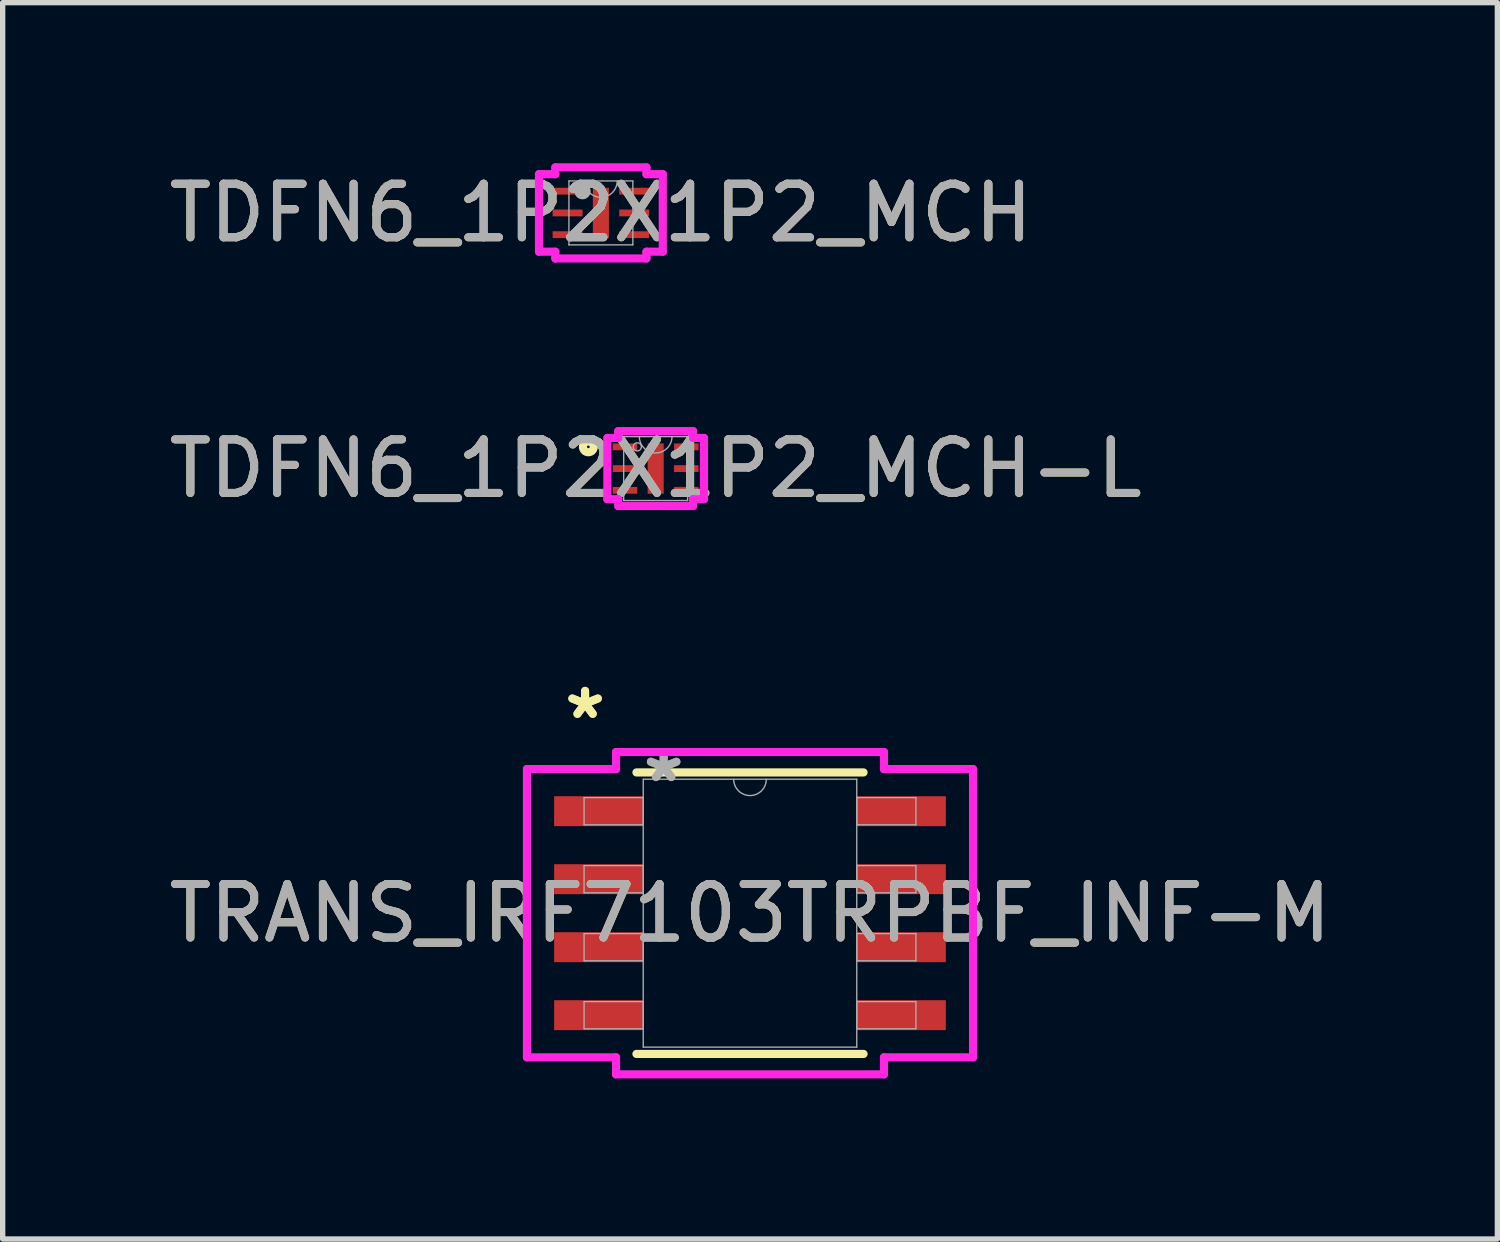
<source format=kicad_pcb>
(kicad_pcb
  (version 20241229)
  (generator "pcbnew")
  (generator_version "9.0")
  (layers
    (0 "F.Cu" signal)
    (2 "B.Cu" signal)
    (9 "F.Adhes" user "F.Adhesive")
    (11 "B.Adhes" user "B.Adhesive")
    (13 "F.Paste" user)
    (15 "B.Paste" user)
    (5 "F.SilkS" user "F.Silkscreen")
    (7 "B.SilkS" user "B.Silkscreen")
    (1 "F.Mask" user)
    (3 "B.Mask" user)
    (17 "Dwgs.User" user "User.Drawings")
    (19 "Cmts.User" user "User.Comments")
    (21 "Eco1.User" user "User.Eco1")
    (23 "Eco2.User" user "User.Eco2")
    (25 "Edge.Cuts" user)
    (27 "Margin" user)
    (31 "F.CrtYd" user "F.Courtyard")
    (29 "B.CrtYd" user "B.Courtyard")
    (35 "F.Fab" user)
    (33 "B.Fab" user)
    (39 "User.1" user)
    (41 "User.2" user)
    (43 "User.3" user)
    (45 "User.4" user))
  (footprint "TDFN6_1P2X1P2_MCH-L"
    (layer "F.Cu")
    (at 9.196 5.702)
    (property "Reference" "TDFN6_1P2X1P2_MCH-L" (at 0 0 0) (unlocked yes) (layer "F.SilkS") (effects (font (size 1 1) (thickness 0.15))))
    (attr smd)
    (fp_circle (center -1.257 -0.406) (end -1.156 -0.406) (stroke (width 0.152) (type solid)) (fill no) (layer "F.SilkS"))
    (fp_line (start -0.902 -0.572) (end -0.699 -0.572) (stroke (width 0.152) (type solid)) (layer "F.CrtYd"))
    (fp_line (start -0.902 0.572) (end -0.902 -0.572) (stroke (width 0.152) (type solid)) (layer "F.CrtYd"))
    (fp_line (start -0.902 0.572) (end -0.699 0.572) (stroke (width 0.152) (type solid)) (layer "F.CrtYd"))
    (fp_line (start -0.699 -0.699) (end 0.699 -0.699) (stroke (width 0.152) (type solid)) (layer "F.CrtYd"))
    (fp_line (start -0.699 -0.572) (end -0.699 -0.699) (stroke (width 0.152) (type solid)) (layer "F.CrtYd"))
    (fp_line (start -0.699 0.699) (end -0.699 0.572) (stroke (width 0.152) (type solid)) (layer "F.CrtYd"))
    (fp_line (start 0.699 -0.699) (end 0.699 -0.572) (stroke (width 0.152) (type solid)) (layer "F.CrtYd"))
    (fp_line (start 0.699 0.572) (end 0.699 0.699) (stroke (width 0.152) (type solid)) (layer "F.CrtYd"))
    (fp_line (start 0.699 0.699) (end -0.699 0.699) (stroke (width 0.152) (type solid)) (layer "F.CrtYd"))
    (fp_line (start 0.902 -0.572) (end 0.699 -0.572) (stroke (width 0.152) (type solid)) (layer "F.CrtYd"))
    (fp_line (start 0.902 -0.572) (end 0.902 0.572) (stroke (width 0.152) (type solid)) (layer "F.CrtYd"))
    (fp_line (start 0.902 0.572) (end 0.699 0.572) (stroke (width 0.152) (type solid)) (layer "F.CrtYd"))
    (fp_line (start -0.597 -0.597) (end -0.597 0.597) (stroke (width 0.025) (type solid)) (layer "F.Fab"))
    (fp_line (start -0.597 0.597) (end 0.597 0.597) (stroke (width 0.025) (type solid)) (layer "F.Fab"))
    (fp_line (start 0.597 -0.597) (end -0.597 -0.597) (stroke (width 0.025) (type solid)) (layer "F.Fab"))
    (fp_line (start 0.597 0.597) (end 0.597 -0.597) (stroke (width 0.025) (type solid)) (layer "F.Fab"))
    (fp_arc (start 0.3048 -0.5969) (mid 0 -0.2921) (end -0.3048 -0.5969) (stroke (width 0.0254) (type solid)) (layer "F.Fab"))
    (fp_circle (center -0.343 -0.406) (end -0.267 -0.406) (stroke (width 0.025) (type solid)) (fill no) (layer "F.Fab"))
    (fp_text user "${REFERENCE}" (at 0 0 0) (unlocked yes) (layer "F.Fab") (effects (font (size 1 1) (thickness 0.15))))
    (pad "1" smd rect (at -0.572 -0.406) (size 0.457 0.127) (layers "F.Cu" "F.Mask" "F.Paste"))
    (pad "2" smd rect (at -0.572 0) (size 0.457 0.127) (layers "F.Cu" "F.Mask" "F.Paste"))
    (pad "3" smd rect (at -0.572 0.406) (size 0.457 0.127) (layers "F.Cu" "F.Mask" "F.Paste"))
    (pad "4" smd rect (at 0.572 0.406) (size 0.457 0.127) (layers "F.Cu" "F.Mask" "F.Paste"))
    (pad "5" smd rect (at 0.572 0) (size 0.457 0.127) (layers "F.Cu" "F.Mask" "F.Paste"))
    (pad "6" smd rect (at 0.572 -0.406) (size 0.457 0.127) (layers "F.Cu" "F.Mask" "F.Paste"))
    (pad "7" smd rect (at 0 0) (size 0.3 0.94) (layers "F.Cu" "F.Mask" "F.Paste")))
  (footprint "TRANS_IRF7103TRPBF_INF-M"
    (layer "F.Cu")
    (at 10.958 14.006)
    (property "Reference" "TRANS_IRF7103TRPBF_INF-M" (at 0 0 0) (unlocked yes) (layer "F.SilkS") (effects (font (size 1 1) (thickness 0.15))))
    (attr smd)
    (fp_line (start -2.121 2.629) (end 2.121 2.629) (stroke (width 0.152) (type solid)) (layer "F.SilkS"))
    (fp_line (start 2.121 -2.629) (end -2.121 -2.629) (stroke (width 0.152) (type solid)) (layer "F.SilkS"))
    (fp_line (start -4.166 -2.692) (end -2.502 -2.692) (stroke (width 0.152) (type solid)) (layer "F.CrtYd"))
    (fp_line (start -4.166 2.692) (end -4.166 -2.692) (stroke (width 0.152) (type solid)) (layer "F.CrtYd"))
    (fp_line (start -4.166 2.692) (end -2.502 2.692) (stroke (width 0.152) (type solid)) (layer "F.CrtYd"))
    (fp_line (start -2.502 -3.01) (end 2.502 -3.01) (stroke (width 0.152) (type solid)) (layer "F.CrtYd"))
    (fp_line (start -2.502 -2.692) (end -2.502 -3.01) (stroke (width 0.152) (type solid)) (layer "F.CrtYd"))
    (fp_line (start -2.502 3.01) (end -2.502 2.692) (stroke (width 0.152) (type solid)) (layer "F.CrtYd"))
    (fp_line (start 2.502 -3.01) (end 2.502 -2.692) (stroke (width 0.152) (type solid)) (layer "F.CrtYd"))
    (fp_line (start 2.502 2.692) (end 2.502 3.01) (stroke (width 0.152) (type solid)) (layer "F.CrtYd"))
    (fp_line (start 2.502 3.01) (end -2.502 3.01) (stroke (width 0.152) (type solid)) (layer "F.CrtYd"))
    (fp_line (start 4.166 -2.692) (end 2.502 -2.692) (stroke (width 0.152) (type solid)) (layer "F.CrtYd"))
    (fp_line (start 4.166 -2.692) (end 4.166 2.692) (stroke (width 0.152) (type solid)) (layer "F.CrtYd"))
    (fp_line (start 4.166 2.692) (end 2.502 2.692) (stroke (width 0.152) (type solid)) (layer "F.CrtYd"))
    (fp_line (start -3.099 -2.159) (end -3.099 -1.651) (stroke (width 0.025) (type solid)) (layer "F.Fab"))
    (fp_line (start -3.099 -1.651) (end -1.994 -1.651) (stroke (width 0.025) (type solid)) (layer "F.Fab"))
    (fp_line (start -3.099 -0.889) (end -3.099 -0.381) (stroke (width 0.025) (type solid)) (layer "F.Fab"))
    (fp_line (start -3.099 -0.381) (end -1.994 -0.381) (stroke (width 0.025) (type solid)) (layer "F.Fab"))
    (fp_line (start -3.099 0.381) (end -3.099 0.889) (stroke (width 0.025) (type solid)) (layer "F.Fab"))
    (fp_line (start -3.099 0.889) (end -1.994 0.889) (stroke (width 0.025) (type solid)) (layer "F.Fab"))
    (fp_line (start -3.099 1.651) (end -3.099 2.159) (stroke (width 0.025) (type solid)) (layer "F.Fab"))
    (fp_line (start -3.099 2.159) (end -1.994 2.159) (stroke (width 0.025) (type solid)) (layer "F.Fab"))
    (fp_line (start -1.994 -2.502) (end -1.994 2.502) (stroke (width 0.025) (type solid)) (layer "F.Fab"))
    (fp_line (start -1.994 -2.159) (end -3.099 -2.159) (stroke (width 0.025) (type solid)) (layer "F.Fab"))
    (fp_line (start -1.994 -1.651) (end -1.994 -2.159) (stroke (width 0.025) (type solid)) (layer "F.Fab"))
    (fp_line (start -1.994 -0.889) (end -3.099 -0.889) (stroke (width 0.025) (type solid)) (layer "F.Fab"))
    (fp_line (start -1.994 -0.381) (end -1.994 -0.889) (stroke (width 0.025) (type solid)) (layer "F.Fab"))
    (fp_line (start -1.994 0.381) (end -3.099 0.381) (stroke (width 0.025) (type solid)) (layer "F.Fab"))
    (fp_line (start -1.994 0.889) (end -1.994 0.381) (stroke (width 0.025) (type solid)) (layer "F.Fab"))
    (fp_line (start -1.994 1.651) (end -3.099 1.651) (stroke (width 0.025) (type solid)) (layer "F.Fab"))
    (fp_line (start -1.994 2.159) (end -1.994 1.651) (stroke (width 0.025) (type solid)) (layer "F.Fab"))
    (fp_line (start -1.994 2.502) (end 1.994 2.502) (stroke (width 0.025) (type solid)) (layer "F.Fab"))
    (fp_line (start 1.994 -2.502) (end -1.994 -2.502) (stroke (width 0.025) (type solid)) (layer "F.Fab"))
    (fp_line (start 1.994 -2.159) (end 1.994 -1.651) (stroke (width 0.025) (type solid)) (layer "F.Fab"))
    (fp_line (start 1.994 -1.651) (end 3.099 -1.651) (stroke (width 0.025) (type solid)) (layer "F.Fab"))
    (fp_line (start 1.994 -0.889) (end 1.994 -0.381) (stroke (width 0.025) (type solid)) (layer "F.Fab"))
    (fp_line (start 1.994 -0.381) (end 3.099 -0.381) (stroke (width 0.025) (type solid)) (layer "F.Fab"))
    (fp_line (start 1.994 0.381) (end 1.994 0.889) (stroke (width 0.025) (type solid)) (layer "F.Fab"))
    (fp_line (start 1.994 0.889) (end 3.099 0.889) (stroke (width 0.025) (type solid)) (layer "F.Fab"))
    (fp_line (start 1.994 1.651) (end 1.994 2.159) (stroke (width 0.025) (type solid)) (layer "F.Fab"))
    (fp_line (start 1.994 2.159) (end 3.099 2.159) (stroke (width 0.025) (type solid)) (layer "F.Fab"))
    (fp_line (start 1.994 2.502) (end 1.994 -2.502) (stroke (width 0.025) (type solid)) (layer "F.Fab"))
    (fp_line (start 3.099 -2.159) (end 1.994 -2.159) (stroke (width 0.025) (type solid)) (layer "F.Fab"))
    (fp_line (start 3.099 -1.651) (end 3.099 -2.159) (stroke (width 0.025) (type solid)) (layer "F.Fab"))
    (fp_line (start 3.099 -0.889) (end 1.994 -0.889) (stroke (width 0.025) (type solid)) (layer "F.Fab"))
    (fp_line (start 3.099 -0.381) (end 3.099 -0.889) (stroke (width 0.025) (type solid)) (layer "F.Fab"))
    (fp_line (start 3.099 0.381) (end 1.994 0.381) (stroke (width 0.025) (type solid)) (layer "F.Fab"))
    (fp_line (start 3.099 0.889) (end 3.099 0.381) (stroke (width 0.025) (type solid)) (layer "F.Fab"))
    (fp_line (start 3.099 1.651) (end 1.994 1.651) (stroke (width 0.025) (type solid)) (layer "F.Fab"))
    (fp_line (start 3.099 2.159) (end 3.099 1.651) (stroke (width 0.025) (type solid)) (layer "F.Fab"))
    (fp_arc (start 0.3048 -2.5019) (mid 0 -2.1971) (end -0.3048 -2.5019) (stroke (width 0.0254) (type solid)) (layer "F.Fab"))
    (fp_text user "*" (at -3.08 -3.607 0) (layer "F.SilkS") (effects (font (size 1 1) (thickness 0.15))))
    (fp_text user "*" (at -3.08 -3.607 0) (unlocked yes) (layer "F.SilkS") (effects (font (size 1 1) (thickness 0.15))))
    (fp_text user "*" (at -1.613 -2.426 0) (layer "F.Fab") (effects (font (size 1 1) (thickness 0.15))))
    (fp_text user "${REFERENCE}" (at 0 0 0) (unlocked yes) (layer "F.Fab") (effects (font (size 1 1) (thickness 0.15))))
    (fp_text user "*" (at -1.613 -2.426 0) (unlocked yes) (layer "F.Fab") (effects (font (size 1 1) (thickness 0.15))))
    (pad "1" smd rect (at -2.826 -1.905) (size 1.664 0.559) (layers "F.Cu" "F.Mask" "F.Paste"))
    (pad "2" smd rect (at -2.826 -0.635) (size 1.664 0.559) (layers "F.Cu" "F.Mask" "F.Paste"))
    (pad "3" smd rect (at -2.826 0.635) (size 1.664 0.559) (layers "F.Cu" "F.Mask" "F.Paste"))
    (pad "4" smd rect (at -2.826 1.905) (size 1.664 0.559) (layers "F.Cu" "F.Mask" "F.Paste"))
    (pad "5" smd rect (at 2.826 1.905) (size 1.664 0.559) (layers "F.Cu" "F.Mask" "F.Paste"))
    (pad "6" smd rect (at 2.826 0.635) (size 1.664 0.559) (layers "F.Cu" "F.Mask" "F.Paste"))
    (pad "7" smd rect (at 2.826 -0.635) (size 1.664 0.559) (layers "F.Cu" "F.Mask" "F.Paste"))
    (pad "8" smd rect (at 2.826 -1.905) (size 1.664 0.559) (layers "F.Cu" "F.Mask" "F.Paste")))
  (footprint "TDFN6_1P2X1P2_MCH"
    (layer "F.Cu")
    (at 8.173 0.927)
    (property "Reference" "TDFN6_1P2X1P2_MCH" (at 0 0 0) (unlocked yes) (layer "F.SilkS") (effects (font (size 1 1) (thickness 0.15))))
    (attr smd)
    (fp_line (start -1.156 -0.724) (end -0.851 -0.724) (stroke (width 0.152) (type solid)) (layer "F.CrtYd"))
    (fp_line (start -1.156 0.724) (end -1.156 -0.724) (stroke (width 0.152) (type solid)) (layer "F.CrtYd"))
    (fp_line (start -1.156 0.724) (end -0.851 0.724) (stroke (width 0.152) (type solid)) (layer "F.CrtYd"))
    (fp_line (start -0.851 -0.851) (end 0.851 -0.851) (stroke (width 0.152) (type solid)) (layer "F.CrtYd"))
    (fp_line (start -0.851 -0.724) (end -0.851 -0.851) (stroke (width 0.152) (type solid)) (layer "F.CrtYd"))
    (fp_line (start -0.851 0.851) (end -0.851 0.724) (stroke (width 0.152) (type solid)) (layer "F.CrtYd"))
    (fp_line (start 0.851 -0.851) (end 0.851 -0.724) (stroke (width 0.152) (type solid)) (layer "F.CrtYd"))
    (fp_line (start 0.851 0.724) (end 0.851 0.851) (stroke (width 0.152) (type solid)) (layer "F.CrtYd"))
    (fp_line (start 0.851 0.851) (end -0.851 0.851) (stroke (width 0.152) (type solid)) (layer "F.CrtYd"))
    (fp_line (start 1.156 -0.724) (end 0.851 -0.724) (stroke (width 0.152) (type solid)) (layer "F.CrtYd"))
    (fp_line (start 1.156 -0.724) (end 1.156 0.724) (stroke (width 0.152) (type solid)) (layer "F.CrtYd"))
    (fp_line (start 1.156 0.724) (end 0.851 0.724) (stroke (width 0.152) (type solid)) (layer "F.CrtYd"))
    (fp_line (start -0.597 -0.597) (end -0.597 0.597) (stroke (width 0.025) (type solid)) (layer "F.Fab"))
    (fp_line (start -0.597 0.597) (end 0.597 0.597) (stroke (width 0.025) (type solid)) (layer "F.Fab"))
    (fp_line (start 0.597 -0.597) (end -0.597 -0.597) (stroke (width 0.025) (type solid)) (layer "F.Fab"))
    (fp_line (start 0.597 0.597) (end 0.597 -0.597) (stroke (width 0.025) (type solid)) (layer "F.Fab"))
    (fp_arc (start 0.3048 -0.5969) (mid 0 -0.2921) (end -0.3048 -0.5969) (stroke (width 0.0254) (type solid)) (layer "F.Fab"))
    (fp_circle (center -0.343 -0.406) (end -0.343 -0.406) (stroke (width 0.152) (type solid)) (fill no) (layer "F.Fab"))
    (fp_text user "${REFERENCE}" (at 0 0 0) (unlocked yes) (layer "F.Fab") (effects (font (size 1 1) (thickness 0.15))))
    (pad "1" smd rect (at -0.622 -0.406) (size 0.559 0.127) (layers "F.Cu" "F.Mask" "F.Paste"))
    (pad "2" smd rect (at -0.622 0) (size 0.559 0.127) (layers "F.Cu" "F.Mask" "F.Paste"))
    (pad "3" smd rect (at -0.622 0.406) (size 0.559 0.127) (layers "F.Cu" "F.Mask" "F.Paste"))
    (pad "4" smd rect (at 0.622 0.406) (size 0.559 0.127) (layers "F.Cu" "F.Mask" "F.Paste"))
    (pad "5" smd rect (at 0.622 0) (size 0.559 0.127) (layers "F.Cu" "F.Mask" "F.Paste"))
    (pad "6" smd rect (at 0.622 -0.406) (size 0.559 0.127) (layers "F.Cu" "F.Mask" "F.Paste"))
    (pad "7" smd rect (at 0 0) (size 0.3 0.94) (layers "F.Cu" "F.Mask" "F.Paste")))
  (gr_rect
    (start -3 -3)
    (end 24.917 20.092)
    (stroke (width 0.1) (type default))
    (fill no)
    (layer "Edge.Cuts")))
</source>
